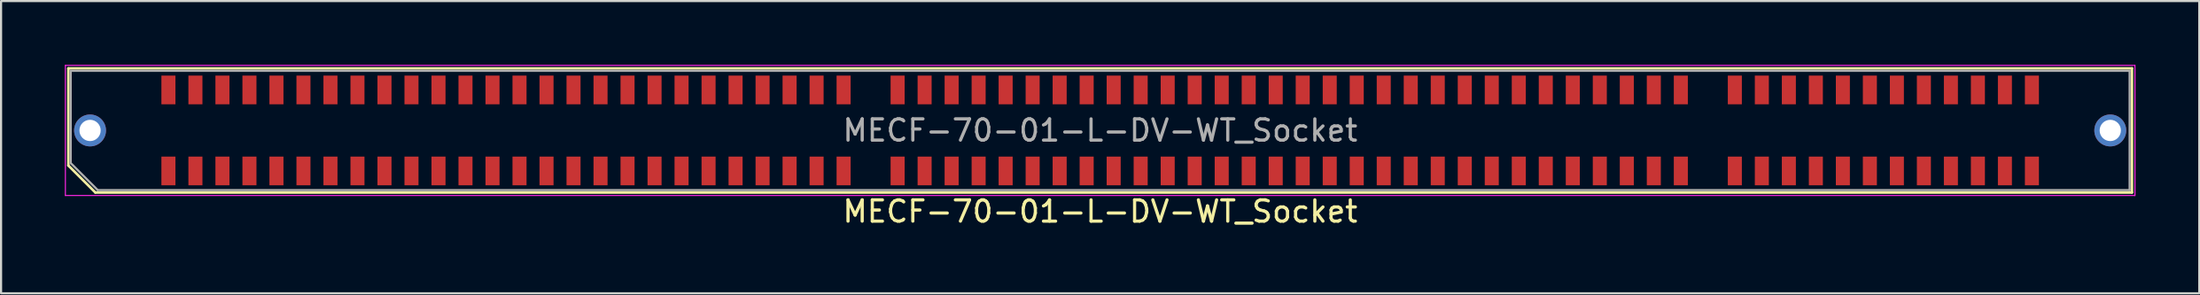
<source format=kicad_pcb>
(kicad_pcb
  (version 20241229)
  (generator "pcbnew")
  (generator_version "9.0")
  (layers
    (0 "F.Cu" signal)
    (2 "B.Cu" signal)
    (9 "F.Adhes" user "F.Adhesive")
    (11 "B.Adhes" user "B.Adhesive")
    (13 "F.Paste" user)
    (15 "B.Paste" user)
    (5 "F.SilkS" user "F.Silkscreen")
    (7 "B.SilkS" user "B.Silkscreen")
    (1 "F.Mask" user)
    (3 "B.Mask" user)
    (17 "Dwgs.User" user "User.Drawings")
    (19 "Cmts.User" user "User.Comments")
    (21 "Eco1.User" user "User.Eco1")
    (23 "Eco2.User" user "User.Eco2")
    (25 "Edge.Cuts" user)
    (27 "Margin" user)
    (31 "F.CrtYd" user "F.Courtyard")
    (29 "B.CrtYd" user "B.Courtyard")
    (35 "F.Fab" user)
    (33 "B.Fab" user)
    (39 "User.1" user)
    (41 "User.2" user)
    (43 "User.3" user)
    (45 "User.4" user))
  (footprint "MECF-70-01-L-DV-WT_Socket"
    (layer "F.Cu")
    (at 48.685 3.085)
    (property "Reference" "MECF-70-01-L-DV-WT_Socket" (at 0 3.81 0) (layer "F.SilkS") (effects (font (size 1 1) (thickness 0.15))))
    (attr smd)
    (fp_line (start -48.52 -2.92) (end 48.52 -2.92) (stroke (width 0.12) (type solid)) (layer "F.SilkS"))
    (fp_line (start -48.52 1.65) (end -48.52 -2.92) (stroke (width 0.12) (type solid)) (layer "F.SilkS"))
    (fp_line (start -47.25 2.92) (end -48.52 1.65) (stroke (width 0.12) (type solid)) (layer "F.SilkS"))
    (fp_line (start -47.25 2.92) (end 48.52 2.92) (stroke (width 0.12) (type solid)) (layer "F.SilkS"))
    (fp_line (start 48.52 2.92) (end 48.52 -2.92) (stroke (width 0.12) (type solid)) (layer "F.SilkS"))
    (fp_line (start -48.66 -3.06) (end -48.66 3.06) (stroke (width 0.05) (type solid)) (layer "F.CrtYd"))
    (fp_line (start -48.66 3.06) (end 48.66 3.06) (stroke (width 0.05) (type solid)) (layer "F.CrtYd"))
    (fp_line (start 48.66 -3.06) (end -48.66 -3.06) (stroke (width 0.05) (type solid)) (layer "F.CrtYd"))
    (fp_line (start 48.66 3.06) (end 48.66 -3.06) (stroke (width 0.05) (type solid)) (layer "F.CrtYd"))
    (fp_line (start -48.41 -2.805) (end 48.41 -2.805) (stroke (width 0.1) (type solid)) (layer "F.Fab"))
    (fp_line (start -48.41 1.535) (end -48.41 -2.805) (stroke (width 0.1) (type solid)) (layer "F.Fab"))
    (fp_line (start -48.41 1.535) (end -47.14 2.805) (stroke (width 0.1) (type solid)) (layer "F.Fab"))
    (fp_line (start -47.14 2.805) (end 48.41 2.805) (stroke (width 0.1) (type solid)) (layer "F.Fab"))
    (fp_line (start 48.41 2.805) (end 48.41 -2.805) (stroke (width 0.1) (type solid)) (layer "F.Fab"))
    (fp_text user "${REFERENCE}" (at 0 0 0) (layer "F.Fab") (effects (font (size 1 1) (thickness 0.15))))
    (pad "" thru_hole circle (at -47.5 0) (size 1.5 1.5) (drill 1) (layers "*.Cu" "*.Mask"))
    (pad "" np_thru_hole circle (at -45.595 0) (size 0.001 0.001) (drill 1.45) (layers "*.Cu" "*.Mask"))
    (pad "" np_thru_hole circle (at 45.595 1) (size 0.001 0.001) (drill 1.45) (layers "*.Cu" "*.Mask"))
    (pad "" thru_hole circle (at 47.5 0) (size 1.5 1.5) (drill 1) (layers "*.Cu" "*.Mask"))
    (pad "1" smd rect (at -43.815 1.905) (size 0.66 1.35) (layers "F.Cu" "F.Mask" "F.Paste"))
    (pad "2" smd rect (at -43.815 -1.905) (size 0.66 1.35) (layers "F.Cu" "F.Mask" "F.Paste"))
    (pad "3" smd rect (at -42.545 1.905) (size 0.66 1.35) (layers "F.Cu" "F.Mask" "F.Paste"))
    (pad "4" smd rect (at -42.545 -1.905) (size 0.66 1.35) (layers "F.Cu" "F.Mask" "F.Paste"))
    (pad "5" smd rect (at -41.275 1.905) (size 0.66 1.35) (layers "F.Cu" "F.Mask" "F.Paste"))
    (pad "6" smd rect (at -41.275 -1.905) (size 0.66 1.35) (layers "F.Cu" "F.Mask" "F.Paste"))
    (pad "7" smd rect (at -40.005 1.905) (size 0.66 1.35) (layers "F.Cu" "F.Mask" "F.Paste"))
    (pad "8" smd rect (at -40.005 -1.905) (size 0.66 1.35) (layers "F.Cu" "F.Mask" "F.Paste"))
    (pad "9" smd rect (at -38.735 1.905) (size 0.66 1.35) (layers "F.Cu" "F.Mask" "F.Paste"))
    (pad "10" smd rect (at -38.735 -1.905) (size 0.66 1.35) (layers "F.Cu" "F.Mask" "F.Paste"))
    (pad "11" smd rect (at -37.465 1.905) (size 0.66 1.35) (layers "F.Cu" "F.Mask" "F.Paste"))
    (pad "12" smd rect (at -37.465 -1.905) (size 0.66 1.35) (layers "F.Cu" "F.Mask" "F.Paste"))
    (pad "13" smd rect (at -36.195 1.905) (size 0.66 1.35) (layers "F.Cu" "F.Mask" "F.Paste"))
    (pad "14" smd rect (at -36.195 -1.905) (size 0.66 1.35) (layers "F.Cu" "F.Mask" "F.Paste"))
    (pad "15" smd rect (at -34.925 1.905) (size 0.66 1.35) (layers "F.Cu" "F.Mask" "F.Paste"))
    (pad "16" smd rect (at -34.925 -1.905) (size 0.66 1.35) (layers "F.Cu" "F.Mask" "F.Paste"))
    (pad "17" smd rect (at -33.655 1.905) (size 0.66 1.35) (layers "F.Cu" "F.Mask" "F.Paste"))
    (pad "18" smd rect (at -33.655 -1.905) (size 0.66 1.35) (layers "F.Cu" "F.Mask" "F.Paste"))
    (pad "19" smd rect (at -32.385 1.905) (size 0.66 1.35) (layers "F.Cu" "F.Mask" "F.Paste"))
    (pad "20" smd rect (at -32.385 -1.905) (size 0.66 1.35) (layers "F.Cu" "F.Mask" "F.Paste"))
    (pad "21" smd rect (at -31.115 1.905) (size 0.66 1.35) (layers "F.Cu" "F.Mask" "F.Paste"))
    (pad "22" smd rect (at -31.115 -1.905) (size 0.66 1.35) (layers "F.Cu" "F.Mask" "F.Paste"))
    (pad "23" smd rect (at -29.845 1.905) (size 0.66 1.35) (layers "F.Cu" "F.Mask" "F.Paste"))
    (pad "24" smd rect (at -29.845 -1.905) (size 0.66 1.35) (layers "F.Cu" "F.Mask" "F.Paste"))
    (pad "25" smd rect (at -28.575 1.905) (size 0.66 1.35) (layers "F.Cu" "F.Mask" "F.Paste"))
    (pad "26" smd rect (at -28.575 -1.905) (size 0.66 1.35) (layers "F.Cu" "F.Mask" "F.Paste"))
    (pad "27" smd rect (at -27.305 1.905) (size 0.66 1.35) (layers "F.Cu" "F.Mask" "F.Paste"))
    (pad "28" smd rect (at -27.305 -1.905) (size 0.66 1.35) (layers "F.Cu" "F.Mask" "F.Paste"))
    (pad "29" smd rect (at -26.035 1.905) (size 0.66 1.35) (layers "F.Cu" "F.Mask" "F.Paste"))
    (pad "30" smd rect (at -26.035 -1.905) (size 0.66 1.35) (layers "F.Cu" "F.Mask" "F.Paste"))
    (pad "31" smd rect (at -24.765 1.905) (size 0.66 1.35) (layers "F.Cu" "F.Mask" "F.Paste"))
    (pad "32" smd rect (at -24.765 -1.905) (size 0.66 1.35) (layers "F.Cu" "F.Mask" "F.Paste"))
    (pad "33" smd rect (at -23.495 1.905) (size 0.66 1.35) (layers "F.Cu" "F.Mask" "F.Paste"))
    (pad "34" smd rect (at -23.495 -1.905) (size 0.66 1.35) (layers "F.Cu" "F.Mask" "F.Paste"))
    (pad "35" smd rect (at -22.225 1.905) (size 0.66 1.35) (layers "F.Cu" "F.Mask" "F.Paste"))
    (pad "36" smd rect (at -22.225 -1.905) (size 0.66 1.35) (layers "F.Cu" "F.Mask" "F.Paste"))
    (pad "37" smd rect (at -20.955 1.905) (size 0.66 1.35) (layers "F.Cu" "F.Mask" "F.Paste"))
    (pad "38" smd rect (at -20.955 -1.905) (size 0.66 1.35) (layers "F.Cu" "F.Mask" "F.Paste"))
    (pad "39" smd rect (at -19.685 1.905) (size 0.66 1.35) (layers "F.Cu" "F.Mask" "F.Paste"))
    (pad "40" smd rect (at -19.685 -1.905) (size 0.66 1.35) (layers "F.Cu" "F.Mask" "F.Paste"))
    (pad "41" smd rect (at -18.415 1.905) (size 0.66 1.35) (layers "F.Cu" "F.Mask" "F.Paste"))
    (pad "42" smd rect (at -18.415 -1.905) (size 0.66 1.35) (layers "F.Cu" "F.Mask" "F.Paste"))
    (pad "43" smd rect (at -17.145 1.905) (size 0.66 1.35) (layers "F.Cu" "F.Mask" "F.Paste"))
    (pad "44" smd rect (at -17.145 -1.905) (size 0.66 1.35) (layers "F.Cu" "F.Mask" "F.Paste"))
    (pad "45" smd rect (at -15.875 1.905) (size 0.66 1.35) (layers "F.Cu" "F.Mask" "F.Paste"))
    (pad "46" smd rect (at -15.875 -1.905) (size 0.66 1.35) (layers "F.Cu" "F.Mask" "F.Paste"))
    (pad "47" smd rect (at -14.605 1.905) (size 0.66 1.35) (layers "F.Cu" "F.Mask" "F.Paste"))
    (pad "48" smd rect (at -14.605 -1.905) (size 0.66 1.35) (layers "F.Cu" "F.Mask" "F.Paste"))
    (pad "49" smd rect (at -13.335 1.905) (size 0.66 1.35) (layers "F.Cu" "F.Mask" "F.Paste"))
    (pad "50" smd rect (at -13.335 -1.905) (size 0.66 1.35) (layers "F.Cu" "F.Mask" "F.Paste"))
    (pad "51" smd rect (at -12.065 1.905) (size 0.66 1.35) (layers "F.Cu" "F.Mask" "F.Paste"))
    (pad "52" smd rect (at -12.065 -1.905) (size 0.66 1.35) (layers "F.Cu" "F.Mask" "F.Paste"))
    (pad "55" smd rect (at -9.525 1.905) (size 0.66 1.35) (layers "F.Cu" "F.Mask" "F.Paste"))
    (pad "56" smd rect (at -9.525 -1.905) (size 0.66 1.35) (layers "F.Cu" "F.Mask" "F.Paste"))
    (pad "57" smd rect (at -8.255 1.905) (size 0.66 1.35) (layers "F.Cu" "F.Mask" "F.Paste"))
    (pad "58" smd rect (at -8.255 -1.905) (size 0.66 1.35) (layers "F.Cu" "F.Mask" "F.Paste"))
    (pad "59" smd rect (at -6.985 1.905) (size 0.66 1.35) (layers "F.Cu" "F.Mask" "F.Paste"))
    (pad "60" smd rect (at -6.985 -1.905) (size 0.66 1.35) (layers "F.Cu" "F.Mask" "F.Paste"))
    (pad "61" smd rect (at -5.715 1.905) (size 0.66 1.35) (layers "F.Cu" "F.Mask" "F.Paste"))
    (pad "62" smd rect (at -5.715 -1.905) (size 0.66 1.35) (layers "F.Cu" "F.Mask" "F.Paste"))
    (pad "63" smd rect (at -4.445 1.905) (size 0.66 1.35) (layers "F.Cu" "F.Mask" "F.Paste"))
    (pad "64" smd rect (at -4.445 -1.905) (size 0.66 1.35) (layers "F.Cu" "F.Mask" "F.Paste"))
    (pad "65" smd rect (at -3.175 1.905) (size 0.66 1.35) (layers "F.Cu" "F.Mask" "F.Paste"))
    (pad "66" smd rect (at -3.175 -1.905) (size 0.66 1.35) (layers "F.Cu" "F.Mask" "F.Paste"))
    (pad "67" smd rect (at -1.905 1.905) (size 0.66 1.35) (layers "F.Cu" "F.Mask" "F.Paste"))
    (pad "68" smd rect (at -1.905 -1.905) (size 0.66 1.35) (layers "F.Cu" "F.Mask" "F.Paste"))
    (pad "69" smd rect (at -0.635 1.905) (size 0.66 1.35) (layers "F.Cu" "F.Mask" "F.Paste"))
    (pad "70" smd rect (at -0.635 -1.905) (size 0.66 1.35) (layers "F.Cu" "F.Mask" "F.Paste"))
    (pad "71" smd rect (at 0.635 1.905) (size 0.66 1.35) (layers "F.Cu" "F.Mask" "F.Paste"))
    (pad "72" smd rect (at 0.635 -1.905) (size 0.66 1.35) (layers "F.Cu" "F.Mask" "F.Paste"))
    (pad "73" smd rect (at 1.905 1.905) (size 0.66 1.35) (layers "F.Cu" "F.Mask" "F.Paste"))
    (pad "74" smd rect (at 1.905 -1.905) (size 0.66 1.35) (layers "F.Cu" "F.Mask" "F.Paste"))
    (pad "75" smd rect (at 3.175 1.905) (size 0.66 1.35) (layers "F.Cu" "F.Mask" "F.Paste"))
    (pad "76" smd rect (at 3.175 -1.905) (size 0.66 1.35) (layers "F.Cu" "F.Mask" "F.Paste"))
    (pad "77" smd rect (at 4.445 1.905) (size 0.66 1.35) (layers "F.Cu" "F.Mask" "F.Paste"))
    (pad "78" smd rect (at 4.445 -1.905) (size 0.66 1.35) (layers "F.Cu" "F.Mask" "F.Paste"))
    (pad "79" smd rect (at 5.715 1.905) (size 0.66 1.35) (layers "F.Cu" "F.Mask" "F.Paste"))
    (pad "80" smd rect (at 5.715 -1.905) (size 0.66 1.35) (layers "F.Cu" "F.Mask" "F.Paste"))
    (pad "81" smd rect (at 6.985 1.905) (size 0.66 1.35) (layers "F.Cu" "F.Mask" "F.Paste"))
    (pad "82" smd rect (at 6.985 -1.905) (size 0.66 1.35) (layers "F.Cu" "F.Mask" "F.Paste"))
    (pad "83" smd rect (at 8.255 1.905) (size 0.66 1.35) (layers "F.Cu" "F.Mask" "F.Paste"))
    (pad "84" smd rect (at 8.255 -1.905) (size 0.66 1.35) (layers "F.Cu" "F.Mask" "F.Paste"))
    (pad "85" smd rect (at 9.525 1.905) (size 0.66 1.35) (layers "F.Cu" "F.Mask" "F.Paste"))
    (pad "86" smd rect (at 9.525 -1.905) (size 0.66 1.35) (layers "F.Cu" "F.Mask" "F.Paste"))
    (pad "87" smd rect (at 10.795 1.905) (size 0.66 1.35) (layers "F.Cu" "F.Mask" "F.Paste"))
    (pad "88" smd rect (at 10.795 -1.905) (size 0.66 1.35) (layers "F.Cu" "F.Mask" "F.Paste"))
    (pad "89" smd rect (at 12.065 1.905) (size 0.66 1.35) (layers "F.Cu" "F.Mask" "F.Paste"))
    (pad "90" smd rect (at 12.065 -1.905) (size 0.66 1.35) (layers "F.Cu" "F.Mask" "F.Paste"))
    (pad "91" smd rect (at 13.335 1.905) (size 0.66 1.35) (layers "F.Cu" "F.Mask" "F.Paste"))
    (pad "92" smd rect (at 13.335 -1.905) (size 0.66 1.35) (layers "F.Cu" "F.Mask" "F.Paste"))
    (pad "93" smd rect (at 14.605 1.905) (size 0.66 1.35) (layers "F.Cu" "F.Mask" "F.Paste"))
    (pad "94" smd rect (at 14.605 -1.905) (size 0.66 1.35) (layers "F.Cu" "F.Mask" "F.Paste"))
    (pad "95" smd rect (at 15.875 1.905) (size 0.66 1.35) (layers "F.Cu" "F.Mask" "F.Paste"))
    (pad "96" smd rect (at 15.875 -1.905) (size 0.66 1.35) (layers "F.Cu" "F.Mask" "F.Paste"))
    (pad "97" smd rect (at 17.145 1.905) (size 0.66 1.35) (layers "F.Cu" "F.Mask" "F.Paste"))
    (pad "98" smd rect (at 17.145 -1.905) (size 0.66 1.35) (layers "F.Cu" "F.Mask" "F.Paste"))
    (pad "99" smd rect (at 18.415 1.905) (size 0.66 1.35) (layers "F.Cu" "F.Mask" "F.Paste"))
    (pad "100" smd rect (at 18.415 -1.905) (size 0.66 1.35) (layers "F.Cu" "F.Mask" "F.Paste"))
    (pad "101" smd rect (at 19.685 1.905) (size 0.66 1.35) (layers "F.Cu" "F.Mask" "F.Paste"))
    (pad "102" smd rect (at 19.685 -1.905) (size 0.66 1.35) (layers "F.Cu" "F.Mask" "F.Paste"))
    (pad "103" smd rect (at 20.955 1.905) (size 0.66 1.35) (layers "F.Cu" "F.Mask" "F.Paste"))
    (pad "104" smd rect (at 20.955 -1.905) (size 0.66 1.35) (layers "F.Cu" "F.Mask" "F.Paste"))
    (pad "105" smd rect (at 22.225 1.905) (size 0.66 1.35) (layers "F.Cu" "F.Mask" "F.Paste"))
    (pad "106" smd rect (at 22.225 -1.905) (size 0.66 1.35) (layers "F.Cu" "F.Mask" "F.Paste"))
    (pad "107" smd rect (at 23.495 1.905) (size 0.66 1.35) (layers "F.Cu" "F.Mask" "F.Paste"))
    (pad "108" smd rect (at 23.495 -1.905) (size 0.66 1.35) (layers "F.Cu" "F.Mask" "F.Paste"))
    (pad "109" smd rect (at 24.765 1.905) (size 0.66 1.35) (layers "F.Cu" "F.Mask" "F.Paste"))
    (pad "110" smd rect (at 24.765 -1.905) (size 0.66 1.35) (layers "F.Cu" "F.Mask" "F.Paste"))
    (pad "111" smd rect (at 26.035 1.905) (size 0.66 1.35) (layers "F.Cu" "F.Mask" "F.Paste"))
    (pad "112" smd rect (at 26.035 -1.905) (size 0.66 1.35) (layers "F.Cu" "F.Mask" "F.Paste"))
    (pad "113" smd rect (at 27.305 1.905) (size 0.66 1.35) (layers "F.Cu" "F.Mask" "F.Paste"))
    (pad "114" smd rect (at 27.305 -1.905) (size 0.66 1.35) (layers "F.Cu" "F.Mask" "F.Paste"))
    (pad "117" smd rect (at 29.845 1.905) (size 0.66 1.35) (layers "F.Cu" "F.Mask" "F.Paste"))
    (pad "118" smd rect (at 29.845 -1.905) (size 0.66 1.35) (layers "F.Cu" "F.Mask" "F.Paste"))
    (pad "119" smd rect (at 31.115 1.905) (size 0.66 1.35) (layers "F.Cu" "F.Mask" "F.Paste"))
    (pad "120" smd rect (at 31.115 -1.905) (size 0.66 1.35) (layers "F.Cu" "F.Mask" "F.Paste"))
    (pad "121" smd rect (at 32.385 1.905) (size 0.66 1.35) (layers "F.Cu" "F.Mask" "F.Paste"))
    (pad "122" smd rect (at 32.385 -1.905) (size 0.66 1.35) (layers "F.Cu" "F.Mask" "F.Paste"))
    (pad "123" smd rect (at 33.655 1.905) (size 0.66 1.35) (layers "F.Cu" "F.Mask" "F.Paste"))
    (pad "124" smd rect (at 33.655 -1.905) (size 0.66 1.35) (layers "F.Cu" "F.Mask" "F.Paste"))
    (pad "125" smd rect (at 34.925 1.905) (size 0.66 1.35) (layers "F.Cu" "F.Mask" "F.Paste"))
    (pad "126" smd rect (at 34.925 -1.905) (size 0.66 1.35) (layers "F.Cu" "F.Mask" "F.Paste"))
    (pad "127" smd rect (at 36.195 1.905) (size 0.66 1.35) (layers "F.Cu" "F.Mask" "F.Paste"))
    (pad "128" smd rect (at 36.195 -1.905) (size 0.66 1.35) (layers "F.Cu" "F.Mask" "F.Paste"))
    (pad "129" smd rect (at 37.465 1.905) (size 0.66 1.35) (layers "F.Cu" "F.Mask" "F.Paste"))
    (pad "130" smd rect (at 37.465 -1.905) (size 0.66 1.35) (layers "F.Cu" "F.Mask" "F.Paste"))
    (pad "131" smd rect (at 38.735 1.905) (size 0.66 1.35) (layers "F.Cu" "F.Mask" "F.Paste"))
    (pad "132" smd rect (at 38.735 -1.905) (size 0.66 1.35) (layers "F.Cu" "F.Mask" "F.Paste"))
    (pad "133" smd rect (at 40.005 1.905) (size 0.66 1.35) (layers "F.Cu" "F.Mask" "F.Paste"))
    (pad "134" smd rect (at 40.005 -1.905) (size 0.66 1.35) (layers "F.Cu" "F.Mask" "F.Paste"))
    (pad "135" smd rect (at 41.275 1.905) (size 0.66 1.35) (layers "F.Cu" "F.Mask" "F.Paste"))
    (pad "136" smd rect (at 41.275 -1.905) (size 0.66 1.35) (layers "F.Cu" "F.Mask" "F.Paste"))
    (pad "137" smd rect (at 42.545 1.905) (size 0.66 1.35) (layers "F.Cu" "F.Mask" "F.Paste"))
    (pad "138" smd rect (at 42.545 -1.905) (size 0.66 1.35) (layers "F.Cu" "F.Mask" "F.Paste"))
    (pad "139" smd rect (at 43.815 1.905) (size 0.66 1.35) (layers "F.Cu" "F.Mask" "F.Paste"))
    (pad "140" smd rect (at 43.815 -1.905) (size 0.66 1.35) (layers "F.Cu" "F.Mask" "F.Paste")))
  (gr_rect
    (start -3 -3)
    (end 100.37 10.743)
    (stroke (width 0.1) (type default))
    (fill no)
    (layer "Edge.Cuts")))
</source>
